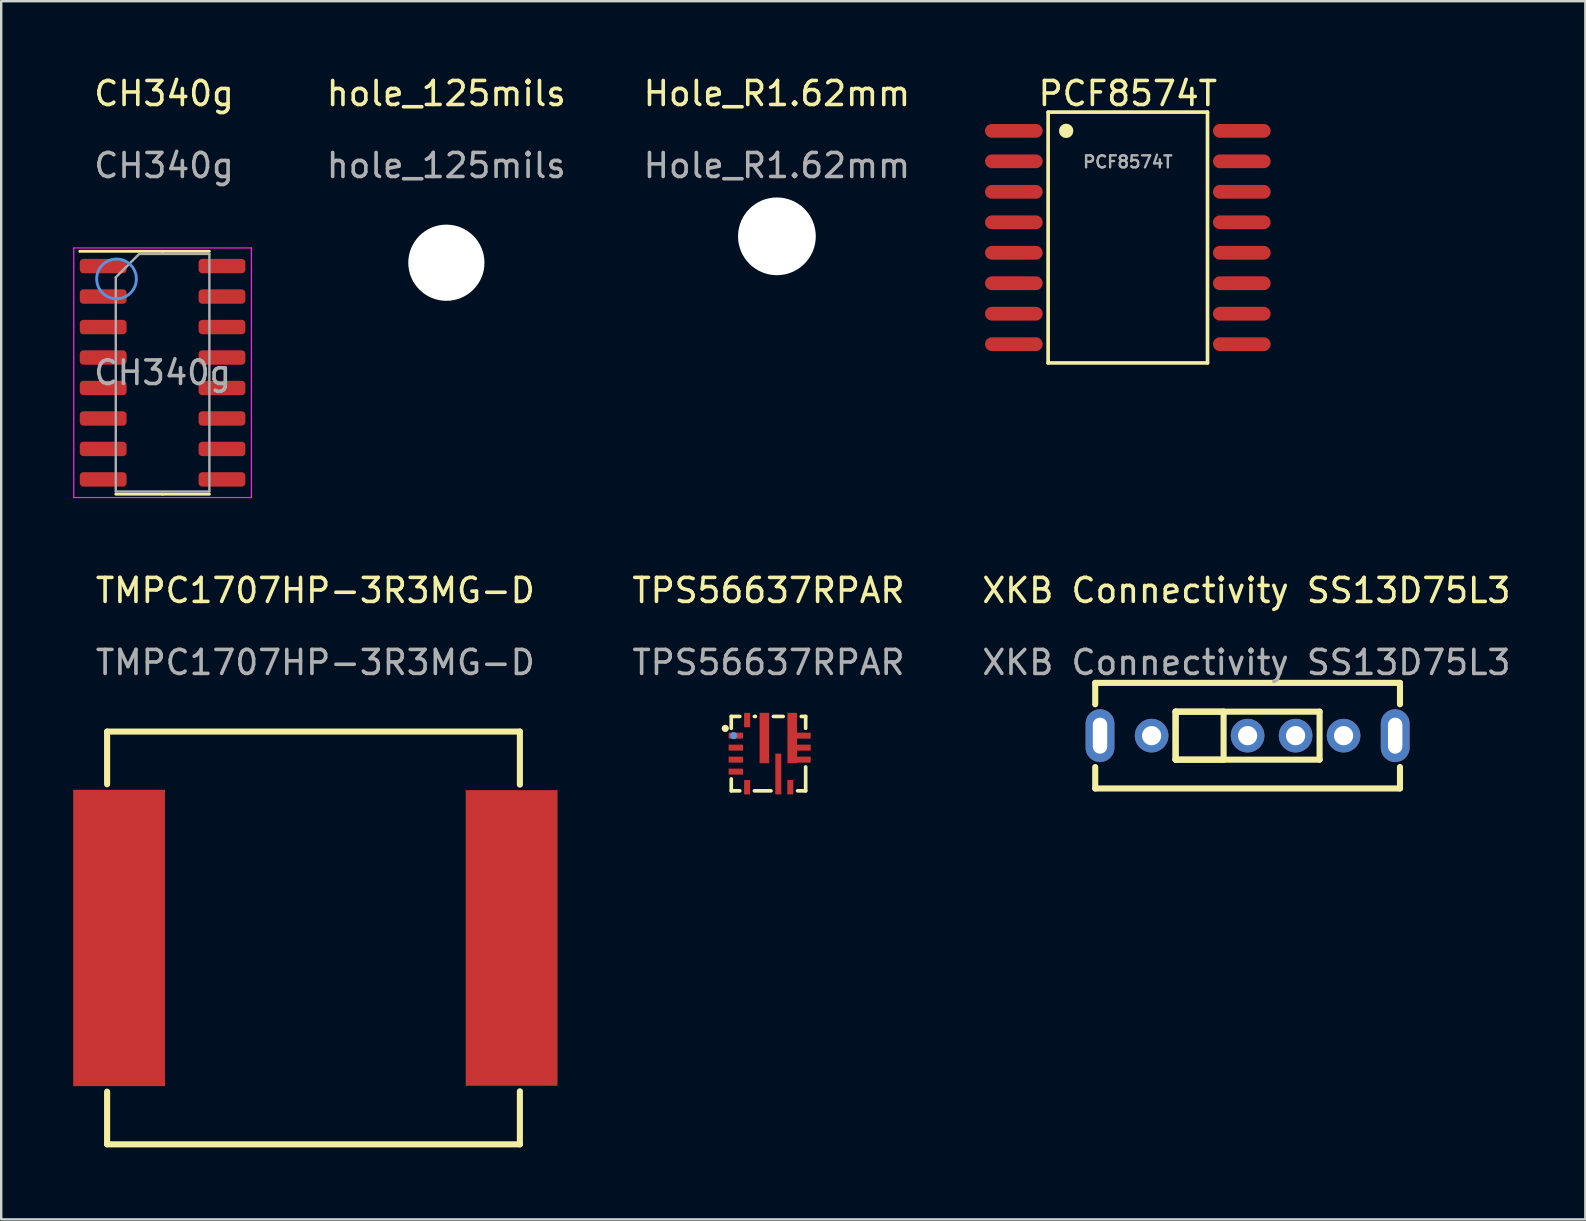
<source format=kicad_pcb>
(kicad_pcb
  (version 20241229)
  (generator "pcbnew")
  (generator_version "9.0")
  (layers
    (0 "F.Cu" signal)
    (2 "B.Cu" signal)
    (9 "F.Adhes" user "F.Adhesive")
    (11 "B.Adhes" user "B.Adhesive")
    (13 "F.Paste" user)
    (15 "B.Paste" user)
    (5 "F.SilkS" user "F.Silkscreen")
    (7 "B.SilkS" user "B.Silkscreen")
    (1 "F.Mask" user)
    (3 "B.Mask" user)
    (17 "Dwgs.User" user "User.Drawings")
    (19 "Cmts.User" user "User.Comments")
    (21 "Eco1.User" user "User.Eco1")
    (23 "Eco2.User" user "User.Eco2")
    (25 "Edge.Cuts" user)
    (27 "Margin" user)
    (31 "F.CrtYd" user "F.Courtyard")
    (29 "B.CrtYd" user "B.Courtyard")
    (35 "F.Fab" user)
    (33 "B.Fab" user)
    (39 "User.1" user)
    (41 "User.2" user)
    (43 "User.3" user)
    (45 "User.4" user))
  (footprint "TMPC1707HP-3R3MG-D"
    (layer "F.Cu")
    (at 10.091 29)
    (property "Reference" "TMPC1707HP-3R3MG-D" (at 0 -7.444 0) (unlocked yes) (layer "F.SilkS") (effects (font (size 1 1) (thickness 0.15))))
    (attr smd)
    (fp_line (start -8.678 -1.564) (end 8.523 -1.564) (stroke (width 0.254) (type solid)) (layer "F.SilkS"))
    (fp_line (start -8.678 0.63) (end -8.678 -1.564) (stroke (width 0.254) (type solid)) (layer "F.SilkS"))
    (fp_line (start -8.678 15.636) (end -8.678 13.442) (stroke (width 0.254) (type solid)) (layer "F.SilkS"))
    (fp_line (start -8.678 15.636) (end 8.523 15.636) (stroke (width 0.254) (type solid)) (layer "F.SilkS"))
    (fp_line (start 8.523 -1.564) (end 8.523 0.645) (stroke (width 0.254) (type solid)) (layer "F.SilkS"))
    (fp_line (start 8.523 13.427) (end 8.523 15.636) (stroke (width 0.254) (type solid)) (layer "F.SilkS"))
    (fp_text user "${REFERENCE}" (at 0 -4.444 0) (unlocked yes) (layer "F.Fab") (effects (font (size 1 1) (thickness 0.15))))
    (pad "1" smd rect (at -8.178 7.036) (size 3.825 12.35) (layers "F.Cu" "F.Mask" "F.Paste"))
    (pad "2" smd rect (at 8.178 7.036) (size 3.825 12.32) (layers "F.Cu" "F.Mask" "F.Paste")))
  (footprint "XKB Connectivity SS13D75L3"
    (layer "F.Cu")
    (at 48.939 27.606)
    (property "Reference" "XKB Connectivity SS13D75L3" (at -0.05 -6.05 0) (unlocked yes) (layer "F.SilkS") (effects (font (size 1 1) (thickness 0.15))))
    (attr through_hole)
    (fp_line (start -6.35 -2.2) (end -6.35 -1.307) (stroke (width 0.254) (type solid)) (layer "F.SilkS"))
    (fp_line (start -6.35 -2.2) (end 6.35 -2.2) (stroke (width 0.254) (type solid)) (layer "F.SilkS"))
    (fp_line (start -6.35 1.307) (end -6.35 2.2) (stroke (width 0.254) (type solid)) (layer "F.SilkS"))
    (fp_line (start -6.35 2.2) (end 6.35 2.2) (stroke (width 0.254) (type solid)) (layer "F.SilkS"))
    (fp_line (start -3 -1) (end -1 -1) (stroke (width 0.254) (type solid)) (layer "F.SilkS"))
    (fp_line (start -3 -1) (end 3 -1) (stroke (width 0.254) (type solid)) (layer "F.SilkS"))
    (fp_line (start -3 1) (end -3 -1) (stroke (width 0.254) (type solid)) (layer "F.SilkS"))
    (fp_line (start -3 1) (end -3 -1) (stroke (width 0.254) (type solid)) (layer "F.SilkS"))
    (fp_line (start -1 -1) (end -1 1) (stroke (width 0.254) (type solid)) (layer "F.SilkS"))
    (fp_line (start -1 1) (end -3 1) (stroke (width 0.254) (type solid)) (layer "F.SilkS"))
    (fp_line (start 3 -1) (end 3 1) (stroke (width 0.254) (type solid)) (layer "F.SilkS"))
    (fp_line (start 3 1) (end -3 1) (stroke (width 0.254) (type solid)) (layer "F.SilkS"))
    (fp_line (start 6.35 -2.2) (end 6.35 -1.307) (stroke (width 0.254) (type solid)) (layer "F.SilkS"))
    (fp_line (start 6.35 1.307) (end 6.35 2.2) (stroke (width 0.254) (type solid)) (layer "F.SilkS"))
    (fp_text user "${REFERENCE}" (at -0.05 -3.05 0) (unlocked yes) (layer "F.Fab") (effects (font (size 1 1) (thickness 0.15))))
    (pad "1" thru_hole circle (at -4 0) (size 1.4 1.4) (drill 0.8) (layers "*.Cu" "*.Paste" "*.Mask"))
    (pad "2" thru_hole circle (at 0 0) (size 1.4 1.4) (drill 0.8) (layers "*.Cu" "*.Paste" "*.Mask"))
    (pad "3" thru_hole circle (at 2 0) (size 1.4 1.4) (drill 0.8) (layers "*.Cu" "*.Paste" "*.Mask"))
    (pad "4" thru_hole circle (at 4 0) (size 1.4 1.4) (drill 0.8) (layers "*.Cu" "*.Paste" "*.Mask"))
    (pad "5" thru_hole oval (at 6.15 0) (size 1.2 2.2) (drill oval 0.6 1.5) (layers "*.Cu" "*.Paste" "*.Mask"))
    (pad "6" thru_hole oval (at -6.15 0) (size 1.2 2.2) (drill oval 0.6 1.5) (layers "*.Cu" "*.Paste" "*.Mask")))
  (footprint "Hole_R1.62mm"
    (layer "F.Cu")
    (at 29.375 6.798)
    (property "Reference" "Hole_R1.62mm" (at -0.05 -5.95 0) (unlocked yes) (layer "F.SilkS") (effects (font (size 1 1) (thickness 0.15))))
    (attr through_hole)
    (fp_text user "${REFERENCE}" (at -0.05 -2.95 0) (unlocked yes) (layer "F.Fab") (effects (font (size 1 1) (thickness 0.15))))
    (pad "" np_thru_hole circle (at -0.05 0) (size 3.24 3.24) (drill 3.24) (layers "*.Cu" "*.Mask")))
  (footprint "CH340g"
    (layer "F.Cu")
    (at 3.711 12.534)
    (property "Reference" "CH340g" (at 0.076 -11.685 0) (unlocked yes) (layer "F.SilkS") (effects (font (size 1 1) (thickness 0.15))))
    (attr smd)
    (fp_line (start 0.014 -5.111) (end -3.436 -5.111) (stroke (width 0.12) (type solid)) (layer "F.SilkS"))
    (fp_line (start 0.014 -5.111) (end 1.964 -5.111) (stroke (width 0.12) (type solid)) (layer "F.SilkS"))
    (fp_line (start 0.014 5.009) (end -1.936 5.009) (stroke (width 0.12) (type solid)) (layer "F.SilkS"))
    (fp_line (start 0.014 5.009) (end 1.964 5.009) (stroke (width 0.12) (type solid)) (layer "F.SilkS"))
    (fp_circle (center -1.905 -3.962) (end -1.078 -3.962) (stroke (width 0.12) (type solid)) (fill no) (layer "Cmts.User"))
    (fp_line (start -3.686 -5.251) (end -3.686 5.149) (stroke (width 0.05) (type solid)) (layer "F.CrtYd"))
    (fp_line (start -3.686 5.149) (end 3.714 5.149) (stroke (width 0.05) (type solid)) (layer "F.CrtYd"))
    (fp_line (start 3.714 -5.251) (end -3.686 -5.251) (stroke (width 0.05) (type solid)) (layer "F.CrtYd"))
    (fp_line (start 3.714 5.149) (end 3.714 -5.251) (stroke (width 0.05) (type solid)) (layer "F.CrtYd"))
    (fp_line (start -1.936 -4.026) (end -0.961 -5.001) (stroke (width 0.1) (type solid)) (layer "F.Fab"))
    (fp_line (start -1.936 4.899) (end -1.936 -4.026) (stroke (width 0.1) (type solid)) (layer "F.Fab"))
    (fp_line (start -0.961 -5.001) (end 1.964 -5.001) (stroke (width 0.1) (type solid)) (layer "F.Fab"))
    (fp_line (start 1.964 -5.001) (end 1.964 4.899) (stroke (width 0.1) (type solid)) (layer "F.Fab"))
    (fp_line (start 1.964 4.899) (end -1.936 4.899) (stroke (width 0.1) (type solid)) (layer "F.Fab"))
    (fp_text user "${REFERENCE}" (at 0.014 -0.051 0) (layer "F.Fab") (effects (font (size 0.98 0.98) (thickness 0.15))))
    (fp_text user "${REFERENCE}" (at 0.076 -8.685 0) (unlocked yes) (layer "F.Fab") (effects (font (size 1 1) (thickness 0.15))))
    (pad "1" smd roundrect (at -2.461 -4.496) (size 1.95 0.6) (layers "F.Cu" "F.Mask" "F.Paste") (roundrect_rratio 0.25))
    (pad "2" smd roundrect (at -2.461 -3.226) (size 1.95 0.6) (layers "F.Cu" "F.Mask" "F.Paste") (roundrect_rratio 0.25))
    (pad "3" smd roundrect (at -2.461 -1.956) (size 1.95 0.6) (layers "F.Cu" "F.Mask" "F.Paste") (roundrect_rratio 0.25))
    (pad "4" smd roundrect (at -2.461 -0.686) (size 1.95 0.6) (layers "F.Cu" "F.Mask" "F.Paste") (roundrect_rratio 0.25))
    (pad "5" smd roundrect (at -2.461 0.584) (size 1.95 0.6) (layers "F.Cu" "F.Mask" "F.Paste") (roundrect_rratio 0.25))
    (pad "6" smd roundrect (at -2.461 1.854) (size 1.95 0.6) (layers "F.Cu" "F.Mask" "F.Paste") (roundrect_rratio 0.25))
    (pad "7" smd roundrect (at -2.461 3.124) (size 1.95 0.6) (layers "F.Cu" "F.Mask" "F.Paste") (roundrect_rratio 0.25))
    (pad "8" smd roundrect (at -2.461 4.394) (size 1.95 0.6) (layers "F.Cu" "F.Mask" "F.Paste") (roundrect_rratio 0.25))
    (pad "9" smd roundrect (at 2.489 4.394) (size 1.95 0.6) (layers "F.Cu" "F.Mask" "F.Paste") (roundrect_rratio 0.25))
    (pad "10" smd roundrect (at 2.489 3.124) (size 1.95 0.6) (layers "F.Cu" "F.Mask" "F.Paste") (roundrect_rratio 0.25))
    (pad "11" smd roundrect (at 2.489 1.854) (size 1.95 0.6) (layers "F.Cu" "F.Mask" "F.Paste") (roundrect_rratio 0.25))
    (pad "12" smd roundrect (at 2.489 0.584) (size 1.95 0.6) (layers "F.Cu" "F.Mask" "F.Paste") (roundrect_rratio 0.25))
    (pad "13" smd roundrect (at 2.489 -0.686) (size 1.95 0.6) (layers "F.Cu" "F.Mask" "F.Paste") (roundrect_rratio 0.25))
    (pad "14" smd roundrect (at 2.489 -1.956) (size 1.95 0.6) (layers "F.Cu" "F.Mask" "F.Paste") (roundrect_rratio 0.25))
    (pad "15" smd roundrect (at 2.489 -3.226) (size 1.95 0.6) (layers "F.Cu" "F.Mask" "F.Paste") (roundrect_rratio 0.25))
    (pad "16" smd roundrect (at 2.489 -4.496) (size 1.95 0.6) (layers "F.Cu" "F.Mask" "F.Paste") (roundrect_rratio 0.25)))
  (footprint "PCF8574T"
    (layer "F.Cu")
    (at 43.948 6.848)
    (property "Reference" "PCF8574T" (at 0 -6 0) (unlocked yes) (layer "F.SilkS") (effects (font (size 1 1) (thickness 0.15))))
    (attr smd)
    (fp_line (start -3.321 -5.226) (end 3.321 -5.226) (stroke (width 0.152) (type solid)) (layer "F.SilkS"))
    (fp_line (start -3.321 5.226) (end -3.321 -5.226) (stroke (width 0.152) (type solid)) (layer "F.SilkS"))
    (fp_line (start 3.321 -5.226) (end 3.321 5.226) (stroke (width 0.152) (type solid)) (layer "F.SilkS"))
    (fp_line (start 3.321 5.226) (end -3.321 5.226) (stroke (width 0.152) (type solid)) (layer "F.SilkS"))
    (fp_circle (center -2.569 -4.445) (end -2.569 -4.295) (stroke (width 0.3) (type solid)) (fill no) (layer "F.SilkS"))
    (fp_text user "${REFERENCE}" (at 0 -3.15 0) (unlocked yes) (layer "F.Fab") (effects (font (size 0.5 0.5) (thickness 0.1))))
    (pad "1" smd oval (at -4.75 -4.445 270) (size 0.574 2.401) (layers "F.Cu" "F.Mask" "F.Paste"))
    (pad "2" smd oval (at -4.75 -3.175 270) (size 0.574 2.401) (layers "F.Cu" "F.Mask" "F.Paste"))
    (pad "3" smd oval (at -4.75 -1.905 270) (size 0.574 2.401) (layers "F.Cu" "F.Mask" "F.Paste"))
    (pad "4" smd oval (at -4.75 -0.635 270) (size 0.574 2.401) (layers "F.Cu" "F.Mask" "F.Paste"))
    (pad "5" smd oval (at -4.75 0.635 270) (size 0.574 2.401) (layers "F.Cu" "F.Mask" "F.Paste"))
    (pad "6" smd oval (at -4.75 1.905 270) (size 0.574 2.401) (layers "F.Cu" "F.Mask" "F.Paste"))
    (pad "7" smd oval (at -4.75 3.175 270) (size 0.574 2.401) (layers "F.Cu" "F.Mask" "F.Paste"))
    (pad "8" smd oval (at -4.75 4.445 270) (size 0.574 2.401) (layers "F.Cu" "F.Mask" "F.Paste"))
    (pad "9" smd oval (at 4.75 4.445 270) (size 0.574 2.401) (layers "F.Cu" "F.Mask" "F.Paste"))
    (pad "10" smd oval (at 4.75 3.175 270) (size 0.574 2.401) (layers "F.Cu" "F.Mask" "F.Paste"))
    (pad "11" smd oval (at 4.75 1.905 270) (size 0.574 2.401) (layers "F.Cu" "F.Mask" "F.Paste"))
    (pad "12" smd oval (at 4.75 0.635 270) (size 0.574 2.401) (layers "F.Cu" "F.Mask" "F.Paste"))
    (pad "13" smd oval (at 4.75 -0.635 270) (size 0.574 2.401) (layers "F.Cu" "F.Mask" "F.Paste"))
    (pad "14" smd oval (at 4.75 -1.905 270) (size 0.574 2.401) (layers "F.Cu" "F.Mask" "F.Paste"))
    (pad "15" smd oval (at 4.75 -3.175 270) (size 0.574 2.401) (layers "F.Cu" "F.Mask" "F.Paste"))
    (pad "16" smd oval (at 4.75 -4.445 270) (size 0.574 2.401) (layers "F.Cu" "F.Mask" "F.Paste")))
  (footprint "TPS56637RPAR"
    (layer "F.Cu")
    (at 28.973 22.056)
    (property "Reference" "TPS56637RPAR" (at 0 -0.5 0) (unlocked yes) (layer "F.SilkS") (effects (font (size 1 1) (thickness 0.15))))
    (attr smd)
    (fp_line (start -1.55 4.749) (end -1.55 5.244) (stroke (width 0.152) (type solid)) (layer "F.SilkS"))
    (fp_line (start -1.55 7.354) (end -1.55 7.849) (stroke (width 0.152) (type solid)) (layer "F.SilkS"))
    (fp_line (start -1.55 7.849) (end -1.195 7.849) (stroke (width 0.152) (type solid)) (layer "F.SilkS"))
    (fp_line (start -1.195 4.749) (end -1.55 4.749) (stroke (width 0.152) (type solid)) (layer "F.SilkS"))
    (fp_line (start -0.585 7.849) (end 0.105 7.849) (stroke (width 0.152) (type solid)) (layer "F.SilkS"))
    (fp_line (start -0.547 4.749) (end -0.585 4.749) (stroke (width 0.152) (type solid)) (layer "F.SilkS"))
    (fp_line (start 0.613 4.749) (end 0.207 4.749) (stroke (width 0.152) (type solid)) (layer "F.SilkS"))
    (fp_line (start 1.215 7.849) (end 1.55 7.849) (stroke (width 0.152) (type solid)) (layer "F.SilkS"))
    (fp_line (start 1.55 4.749) (end 1.367 4.749) (stroke (width 0.152) (type solid)) (layer "F.SilkS"))
    (fp_line (start 1.55 5.244) (end 1.55 4.749) (stroke (width 0.152) (type solid)) (layer "F.SilkS"))
    (fp_line (start 1.55 7.849) (end 1.55 6.854) (stroke (width 0.152) (type solid)) (layer "F.SilkS"))
    (fp_circle (center -1.8 5.249) (end -1.725 5.249) (stroke (width 0.15) (type solid)) (fill no) (layer "F.SilkS"))
    (fp_poly (pts (xy -1.06 5.674) (xy -1.06 5.424) (xy -1.66 5.424) (xy -1.66 5.674) (xy -1.583 5.674)) (stroke (width 0) (type solid)) (fill yes) (layer "F.Paste"))
    (fp_poly (pts (xy -1.06 6.174) (xy -1.06 5.924) (xy -1.66 5.924) (xy -1.66 6.174) (xy -1.583 6.174)) (stroke (width 0) (type solid)) (fill yes) (layer "F.Paste"))
    (fp_poly (pts (xy -1.06 6.674) (xy -1.06 6.424) (xy -1.66 6.424) (xy -1.66 6.674) (xy -1.583 6.674)) (stroke (width 0) (type solid)) (fill yes) (layer "F.Paste"))
    (fp_poly (pts (xy -1.06 7.174) (xy -1.06 6.924) (xy -1.66 6.924) (xy -1.66 7.174) (xy -1.583 7.174)) (stroke (width 0) (type solid)) (fill yes) (layer "F.Paste"))
    (fp_poly (pts (xy -1.015 7.999) (xy -0.765 7.999) (xy -0.765 7.399) (xy -1.015 7.399) (xy -1.015 7.476)) (stroke (width 0) (type solid)) (fill yes) (layer "F.Paste"))
    (fp_poly (pts (xy -0.765 4.599) (xy -1.015 4.599) (xy -1.015 5.199) (xy -0.765 5.199) (xy -0.765 5.122)) (stroke (width 0) (type solid)) (fill yes) (layer "F.Paste"))
    (fp_poly (pts (xy 0.03 4.599) (xy -0.37 4.599) (xy -0.37 6.699) (xy 0.03 6.699) (xy 0.03 6.636)) (stroke (width 0) (type solid)) (fill yes) (layer "F.Paste"))
    (fp_poly (pts (xy 0.285 7.998) (xy 0.535 7.998) (xy 0.535 6.299) (xy 0.285 6.299) (xy 0.285 6.998)) (stroke (width 0) (type solid)) (fill yes) (layer "F.Paste"))
    (fp_poly (pts (xy 0.785 7.999) (xy 1.035 7.999) (xy 1.035 7.399) (xy 0.785 7.399) (xy 0.785 7.476)) (stroke (width 0) (type solid)) (fill yes) (layer "F.Paste"))
    (fp_poly (pts (xy 1.19 4.599) (xy 0.79 4.599) (xy 0.79 6.699) (xy 1.19 6.699) (xy 1.19 6.674) (xy 1.76 6.674) (xy 1.76 6.425) (xy 1.19 6.425) (xy 1.19 6.174) (xy 1.76 6.174) (xy 1.76 5.924) (xy 1.19 5.924) (xy 1.19 5.674) (xy 1.76 5.674) (xy 1.76 5.424) (xy 1.19 5.424) (xy 1.19 4.844)) (stroke (width 0) (type solid)) (fill yes) (layer "F.Paste"))
    (fp_circle (center -1.45 5.549) (end -1.375 5.549) (stroke (width 0.15) (type solid)) (fill no) (layer "Cmts.User"))
    (fp_text user "${REFERENCE}" (at 0 2.5 0) (unlocked yes) (layer "F.Fab") (effects (font (size 1 1) (thickness 0.15))))
    (pad "1" smd rect (at -1.36 5.549) (size 0.6 0.25) (layers "F.Cu" "F.Mask" "F.Paste"))
    (pad "2" smd rect (at -1.36 6.049) (size 0.6 0.25) (layers "F.Cu" "F.Mask" "F.Paste"))
    (pad "3" smd rect (at -1.36 6.549) (size 0.6 0.25) (layers "F.Cu" "F.Mask" "F.Paste"))
    (pad "4" smd rect (at -1.36 7.049) (size 0.6 0.25) (layers "F.Cu" "F.Mask" "F.Paste"))
    (pad "5" smd rect (at -0.89 7.699 270) (size 0.6 0.25) (layers "F.Cu" "F.Mask" "F.Paste"))
    (pad "6" smd rect (at 0.41 7.149) (size 0.25 1.7) (layers "F.Cu" "F.Mask" "F.Paste"))
    (pad "7" smd rect (at 0.91 7.699 270) (size 0.6 0.25) (layers "F.Cu" "F.Mask" "F.Paste"))
    (pad "8" smd rect (at 0.99 5.649) (size 0.4 2.1) (layers "F.Cu" "F.Mask" "F.Paste"))
    (pad "8" smd rect (at 1.36 5.549) (size 0.8 0.25) (layers "F.Cu" "F.Mask" "F.Paste"))
    (pad "8" smd rect (at 1.36 6.049) (size 0.8 0.25) (layers "F.Cu" "F.Mask" "F.Paste"))
    (pad "8" smd rect (at 1.36 6.549) (size 0.8 0.25) (layers "F.Cu" "F.Mask" "F.Paste"))
    (pad "9" smd rect (at -0.17 5.649) (size 0.4 2.1) (layers "F.Cu" "F.Mask" "F.Paste"))
    (pad "10" smd rect (at -0.89 4.899 270) (size 0.6 0.25) (layers "F.Cu" "F.Mask" "F.Paste")))
  (footprint "hole_125mils"
    (layer "F.Cu")
    (at 15.551 7.898)
    (property "Reference" "hole_125mils" (at 0 -7.05 0) (unlocked yes) (layer "F.SilkS") (effects (font (size 1 1) (thickness 0.15))))
    (attr through_hole)
    (fp_text user "${REFERENCE}" (at 0 -4.05 0) (unlocked yes) (layer "F.Fab") (effects (font (size 1 1) (thickness 0.15))))
    (pad "" np_thru_hole circle (at 0 0) (size 3.175 3.175) (drill 3.175) (layers "*.Cu" "*.Mask")))
  (gr_rect
    (start -3 -3)
    (end 63.014 47.763)
    (stroke (width 0.1) (type default))
    (fill no)
    (layer "Edge.Cuts")))
</source>
